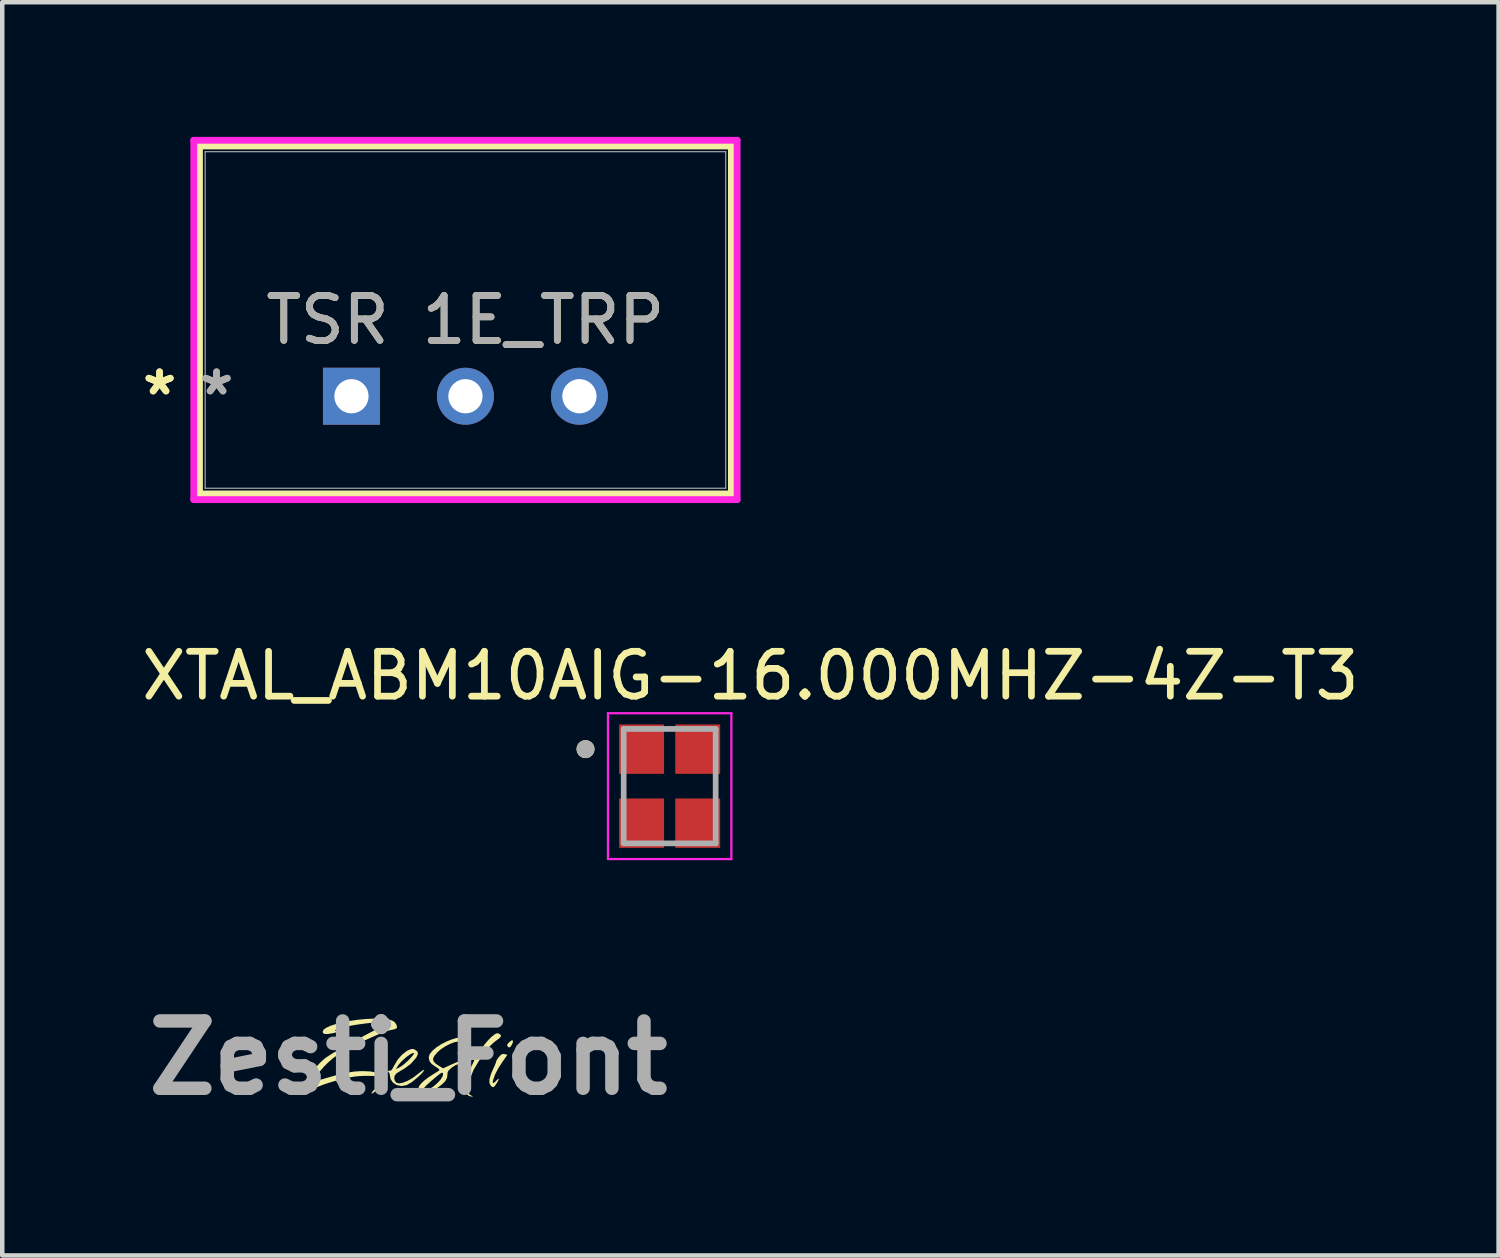
<source format=kicad_pcb>
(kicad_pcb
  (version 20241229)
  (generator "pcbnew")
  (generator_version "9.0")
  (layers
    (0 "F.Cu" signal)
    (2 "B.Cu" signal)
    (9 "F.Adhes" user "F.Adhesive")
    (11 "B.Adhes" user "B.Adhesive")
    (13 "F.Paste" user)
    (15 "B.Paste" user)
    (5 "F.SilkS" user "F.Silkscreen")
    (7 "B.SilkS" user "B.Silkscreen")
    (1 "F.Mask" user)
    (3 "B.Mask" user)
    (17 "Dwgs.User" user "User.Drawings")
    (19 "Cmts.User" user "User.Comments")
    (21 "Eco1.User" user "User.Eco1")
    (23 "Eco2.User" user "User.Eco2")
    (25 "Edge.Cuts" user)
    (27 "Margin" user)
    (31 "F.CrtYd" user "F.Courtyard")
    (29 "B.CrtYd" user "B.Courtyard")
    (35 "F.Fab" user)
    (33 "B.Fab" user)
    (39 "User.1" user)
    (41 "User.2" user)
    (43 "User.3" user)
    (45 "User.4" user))
  (footprint "XTAL_ABM10AIG-16.000MHZ-4Z-T3"
    (layer "F.Cu")
    (at 11.873 14.469)
    (property "Reference" "XTAL_ABM10AIG-16.000MHZ-4Z-T3" (at 1.8 -2.46 0) (layer "F.SilkS") (effects (font (size 1 1) (thickness 0.15))))
    (attr smd)
    (fp_circle (center -1.875 -0.825) (end -1.775 -0.825) (stroke (width 0.2) (type solid)) (fill no) (layer "F.SilkS"))
    (fp_line (start -1.375 -1.625) (end -1.375 1.625) (stroke (width 0.05) (type solid)) (layer "F.CrtYd"))
    (fp_line (start -1.375 -1.625) (end 1.375 -1.625) (stroke (width 0.05) (type solid)) (layer "F.CrtYd"))
    (fp_line (start 1.375 -1.625) (end 1.375 1.625) (stroke (width 0.05) (type solid)) (layer "F.CrtYd"))
    (fp_line (start 1.375 1.625) (end -1.375 1.625) (stroke (width 0.05) (type solid)) (layer "F.CrtYd"))
    (fp_line (start -1.025 -1.275) (end -1.025 1.275) (stroke (width 0.127) (type solid)) (layer "F.Fab"))
    (fp_line (start -1.025 -1.275) (end 1.025 -1.275) (stroke (width 0.127) (type solid)) (layer "F.Fab"))
    (fp_line (start 1.025 -1.275) (end 1.025 1.275) (stroke (width 0.127) (type solid)) (layer "F.Fab"))
    (fp_line (start 1.025 1.275) (end -1.025 1.275) (stroke (width 0.127) (type solid)) (layer "F.Fab"))
    (fp_circle (center -1.875 -0.825) (end -1.775 -0.825) (stroke (width 0.2) (type solid)) (fill no) (layer "F.Fab"))
    (pad "1" smd rect (at -0.625 -0.825) (size 1 1.1) (layers "F.Cu" "F.Mask" "F.Paste"))
    (pad "2" smd rect (at -0.625 0.825) (size 1 1.1) (layers "F.Cu" "F.Mask" "F.Paste"))
    (pad "3" smd rect (at 0.625 0.825) (size 1 1.1) (layers "F.Cu" "F.Mask" "F.Paste"))
    (pad "4" smd rect (at 0.625 -0.825) (size 1 1.1) (layers "F.Cu" "F.Mask" "F.Paste")))
  (footprint "Zesti_Font"
    (layer "F.Cu")
    (at 6.05 20.523)
    (property "Reference" "Zesti_Font" (at 0 0 0) (layer "F.Fab") (effects (font (size 1.5 1.5) (thickness 0.3))))
    (attr board_only exclude_from_pos_files exclude_from_bom)
    (fp_poly (pts (xy 2.328 -0.388) (xy 2.331 -0.353) (xy 2.308 -0.296) (xy 2.274 -0.243) (xy 2.243 -0.23) (xy 2.21 -0.257) (xy 2.209 -0.258) (xy 2.2 -0.286) (xy 2.223 -0.324) (xy 2.249 -0.35) (xy 2.3 -0.388)) (stroke (width 0) (type solid)) (fill yes) (layer "F.SilkS"))
    (fp_poly (pts (xy 2.145 -0.083) (xy 2.207 -0.067) (xy 2.107 0.075) (xy 2.005 0.23) (xy 1.934 0.367) (xy 1.892 0.483) (xy 1.88 0.544) (xy 1.888 0.565) (xy 1.92 0.547) (xy 1.956 0.512) (xy 1.998 0.471) (xy 2.016 0.467) (xy 2.008 0.497) (xy 1.973 0.559) (xy 1.968 0.566) (xy 1.926 0.629) (xy 1.894 0.654) (xy 1.864 0.646) (xy 1.832 0.615) (xy 1.805 0.556) (xy 1.809 0.47) (xy 1.844 0.353) (xy 1.889 0.25) (xy 1.923 0.176) (xy 1.947 0.115) (xy 1.956 0.082) (xy 1.969 0.049) (xy 2.003 -0.001) (xy 2.02 -0.021) (xy 2.066 -0.07) (xy 2.104 -0.087)) (stroke (width 0) (type solid)) (fill yes) (layer "F.SilkS"))
    (fp_poly (pts (xy 0.147 -0.182) (xy 0.2 -0.142) (xy 0.214 -0.094) (xy 0.19 -0.031) (xy 0.167 0.006) (xy 0.055 0.133) (xy -0.093 0.243) (xy -0.176 0.29) (xy -0.264 0.346) (xy -0.309 0.404) (xy -0.314 0.47) (xy -0.299 0.513) (xy -0.268 0.554) (xy -0.215 0.568) (xy -0.197 0.568) (xy -0.124 0.555) (xy -0.031 0.519) (xy 0.065 0.468) (xy 0.149 0.41) (xy 0.159 0.401) (xy 0.218 0.354) (xy 0.285 0.304) (xy 0.292 0.299) (xy 0.338 0.269) (xy 0.354 0.265) (xy 0.346 0.286) (xy 0.345 0.288) (xy 0.305 0.34) (xy 0.233 0.411) (xy 0.138 0.493) (xy 0.074 0.544) (xy -0.038 0.608) (xy -0.151 0.629) (xy -0.257 0.608) (xy -0.264 0.605) (xy -0.347 0.548) (xy -0.397 0.471) (xy -0.409 0.406) (xy -0.417 0.355) (xy -0.432 0.33) (xy -0.455 0.303) (xy -0.439 0.286) (xy -0.415 0.287) (xy -0.386 0.282) (xy -0.36 0.253) (xy -0.276 0.253) (xy -0.189 0.208) (xy -0.13 0.169) (xy -0.056 0.108) (xy 0.016 0.039) (xy 0.02 0.035) (xy 0.076 -0.027) (xy 0.115 -0.075) (xy 0.131 -0.102) (xy 0.131 -0.104) (xy 0.099 -0.106) (xy 0.046 -0.081) (xy -0.021 -0.036) (xy -0.093 0.024) (xy -0.162 0.09) (xy -0.218 0.156) (xy -0.249 0.202) (xy -0.276 0.253) (xy -0.36 0.253) (xy -0.355 0.246) (xy -0.319 0.177) (xy -0.243 0.048) (xy -0.148 -0.064) (xy -0.044 -0.147) (xy -0.000097 -0.171) (xy 0.063 -0.195) (xy 0.107 -0.198)) (stroke (width 0) (type solid)) (fill yes) (layer "F.SilkS"))
    (fp_poly (pts (xy -0.563 -0.868) (xy -0.448 -0.855) (xy -0.365 -0.832) (xy -0.309 -0.798) (xy -0.274 -0.752) (xy -0.251 -0.693) (xy -0.263 -0.656) (xy -0.315 -0.635) (xy -0.35 -0.629) (xy -0.432 -0.61) (xy -0.545 -0.571) (xy -0.682 -0.517) (xy -0.835 -0.451) (xy -0.997 -0.376) (xy -1.16 -0.297) (xy -1.316 -0.216) (xy -1.457 -0.138) (xy -1.577 -0.065) (xy -1.598 -0.051) (xy -1.687 0.015) (xy -1.779 0.095) (xy -1.868 0.183) (xy -1.949 0.272) (xy -2.016 0.355) (xy -2.065 0.428) (xy -2.09 0.483) (xy -2.087 0.513) (xy -2.061 0.512) (xy -2.001 0.499) (xy -1.916 0.476) (xy -1.816 0.447) (xy -1.587 0.381) (xy -1.39 0.335) (xy -1.215 0.307) (xy -1.053 0.296) (xy -1.014 0.296) (xy -0.841 0.304) (xy -0.707 0.331) (xy -0.61 0.377) (xy -0.546 0.443) (xy -0.544 0.445) (xy -0.512 0.525) (xy -0.523 0.592) (xy -0.578 0.649) (xy -0.619 0.673) (xy -0.687 0.712) (xy -0.747 0.753) (xy -0.748 0.754) (xy -0.801 0.791) (xy -0.824 0.798) (xy -0.819 0.778) (xy -0.786 0.736) (xy -0.727 0.675) (xy -0.722 0.67) (xy -0.639 0.58) (xy -0.596 0.51) (xy -0.593 0.458) (xy -0.63 0.424) (xy -0.654 0.415) (xy -0.702 0.409) (xy -0.783 0.404) (xy -0.885 0.402) (xy -0.966 0.402) (xy -1.091 0.407) (xy -1.203 0.418) (xy -1.319 0.438) (xy -1.455 0.469) (xy -1.53 0.487) (xy -1.655 0.521) (xy -1.776 0.558) (xy -1.881 0.592) (xy -1.955 0.621) (xy -1.965 0.625) (xy -2.036 0.654) (xy -2.096 0.669) (xy -2.123 0.669) (xy -2.161 0.633) (xy -2.186 0.568) (xy -2.197 0.49) (xy -2.188 0.414) (xy -2.186 0.407) (xy -2.145 0.324) (xy -2.075 0.228) (xy -1.986 0.128) (xy -1.887 0.035) (xy -1.835 -0.007) (xy -1.774 -0.047) (xy -1.681 -0.105) (xy -1.561 -0.174) (xy -1.424 -0.253) (xy -1.274 -0.336) (xy -1.121 -0.42) (xy -0.971 -0.5) (xy -0.832 -0.573) (xy -0.711 -0.635) (xy -0.615 -0.681) (xy -0.563 -0.704) (xy -0.497 -0.734) (xy -0.455 -0.76) (xy -0.445 -0.776) (xy -0.477 -0.79) (xy -0.547 -0.795) (xy -0.646 -0.793) (xy -0.767 -0.785) (xy -0.902 -0.772) (xy -1.045 -0.754) (xy -1.187 -0.733) (xy -1.321 -0.709) (xy -1.44 -0.683) (xy -1.536 -0.657) (xy -1.602 -0.631) (xy -1.603 -0.63) (xy -1.633 -0.611) (xy -1.624 -0.6) (xy -1.593 -0.592) (xy -1.574 -0.583) (xy -1.59 -0.572) (xy -1.645 -0.558) (xy -1.69 -0.548) (xy -1.794 -0.531) (xy -1.862 -0.531) (xy -1.899 -0.548) (xy -1.91 -0.584) (xy -1.91 -0.586) (xy -1.888 -0.629) (xy -1.827 -0.672) (xy -1.732 -0.715) (xy -1.609 -0.755) (xy -1.463 -0.792) (xy -1.302 -0.823) (xy -1.129 -0.848) (xy -0.952 -0.865) (xy -0.776 -0.873) (xy -0.716 -0.873)) (stroke (width 0) (type solid)) (fill yes) (layer "F.SilkS"))
    (fp_poly (pts (xy 2.018 -0.539) (xy 2.06 -0.51) (xy 2.062 -0.476) (xy 2.024 -0.433) (xy 1.968 -0.392) (xy 1.898 -0.337) (xy 1.82 -0.263) (xy 1.764 -0.202) (xy 1.662 -0.08) (xy 1.742 -0.066) (xy 1.811 -0.049) (xy 1.84 -0.033) (xy 1.828 -0.021) (xy 1.773 -0.018) (xy 1.751 -0.019) (xy 1.685 -0.022) (xy 1.643 -0.011) (xy 1.607 0.021) (xy 1.571 0.07) (xy 1.453 0.267) (xy 1.366 0.488) (xy 1.35 0.546) (xy 1.326 0.667) (xy 1.329 0.754) (xy 1.358 0.812) (xy 1.392 0.836) (xy 1.444 0.861) (xy 1.394 0.863) (xy 1.346 0.846) (xy 1.298 0.804) (xy 1.298 0.804) (xy 1.264 0.744) (xy 1.251 0.684) (xy 1.262 0.589) (xy 1.293 0.468) (xy 1.34 0.336) (xy 1.398 0.206) (xy 1.4 0.202) (xy 1.437 0.126) (xy 1.463 0.068) (xy 1.474 0.037) (xy 1.474 0.034) (xy 1.451 0.038) (xy 1.396 0.054) (xy 1.32 0.078) (xy 1.308 0.083) (xy 1.222 0.111) (xy 1.148 0.133) (xy 1.101 0.145) (xy 1.099 0.145) (xy 1.052 0.163) (xy 0.991 0.201) (xy 0.959 0.224) (xy 0.903 0.275) (xy 0.876 0.319) (xy 0.871 0.372) (xy 0.871 0.373) (xy 0.861 0.448) (xy 0.824 0.517) (xy 0.755 0.588) (xy 0.656 0.662) (xy 0.575 0.712) (xy 0.496 0.751) (xy 0.428 0.777) (xy 0.381 0.785) (xy 0.364 0.773) (xy 0.382 0.753) (xy 0.43 0.72) (xy 0.486 0.686) (xy 0.576 0.625) (xy 0.658 0.552) (xy 0.724 0.477) (xy 0.764 0.408) (xy 0.773 0.37) (xy 0.768 0.333) (xy 0.744 0.333) (xy 0.726 0.342) (xy 0.689 0.367) (xy 0.629 0.415) (xy 0.553 0.479) (xy 0.496 0.528) (xy 0.413 0.603) (xy 0.36 0.658) (xy 0.332 0.697) (xy 0.323 0.728) (xy 0.325 0.742) (xy 0.326 0.783) (xy 0.318 0.796) (xy 0.294 0.778) (xy 0.263 0.738) (xy 0.237 0.692) (xy 0.227 0.661) (xy 0.246 0.62) (xy 0.294 0.562) (xy 0.366 0.497) (xy 0.451 0.432) (xy 0.526 0.383) (xy 0.601 0.337) (xy 0.66 0.299) (xy 0.691 0.275) (xy 0.694 0.272) (xy 0.682 0.252) (xy 0.641 0.219) (xy 0.603 0.195) (xy 0.52 0.137) (xy 0.473 0.078) (xy 0.456 0.007) (xy 0.455 -0.017) (xy 0.475 -0.082) (xy 0.533 -0.155) (xy 0.621 -0.23) (xy 0.731 -0.303) (xy 0.859 -0.367) (xy 0.97 -0.411) (xy 1.05 -0.436) (xy 1.1 -0.446) (xy 1.134 -0.442) (xy 1.167 -0.426) (xy 1.172 -0.422) (xy 1.216 -0.38) (xy 1.224 -0.329) (xy 1.196 -0.26) (xy 1.189 -0.248) (xy 1.158 -0.204) (xy 1.133 -0.183) (xy 1.122 -0.189) (xy 1.135 -0.223) (xy 1.136 -0.226) (xy 1.159 -0.291) (xy 1.154 -0.34) (xy 1.122 -0.363) (xy 1.114 -0.364) (xy 1.033 -0.35) (xy 0.932 -0.312) (xy 0.825 -0.257) (xy 0.726 -0.192) (xy 0.653 -0.129) (xy 0.582 -0.047) (xy 0.55 0.018) (xy 0.559 0.074) (xy 0.606 0.127) (xy 0.665 0.168) (xy 0.774 0.234) (xy 0.95 0.153) (xy 1.059 0.106) (xy 1.187 0.057) (xy 1.309 0.014) (xy 1.328 0.008) (xy 1.53 -0.057) (xy 1.639 -0.218) (xy 1.706 -0.308) (xy 1.781 -0.396) (xy 1.85 -0.465) (xy 1.857 -0.471) (xy 1.921 -0.521) (xy 1.964 -0.545) (xy 1.998 -0.546)) (stroke (width 0) (type solid)) (fill yes) (layer "F.SilkS")))
  (footprint "TSR 1E_TRP"
    (layer "F.Cu")
    (at 4.782 5.78)
    (property "Reference" "TSR 1E_TRP" (at 2.54 -1.7 0) (unlocked yes) (layer "F.SilkS") (effects (font (size 1 1) (thickness 0.15))))
    (attr through_hole)
    (fp_line (start -3.387 -5.577) (end -3.387 2.177) (stroke (width 0.152) (type solid)) (layer "F.SilkS"))
    (fp_line (start -3.387 2.177) (end 8.467 2.177) (stroke (width 0.152) (type solid)) (layer "F.SilkS"))
    (fp_line (start 8.467 -5.577) (end -3.387 -5.577) (stroke (width 0.152) (type solid)) (layer "F.SilkS"))
    (fp_line (start 8.467 2.177) (end 8.467 -5.577) (stroke (width 0.152) (type solid)) (layer "F.SilkS"))
    (fp_line (start -3.514 -5.704) (end 8.594 -5.704) (stroke (width 0.152) (type solid)) (layer "F.CrtYd"))
    (fp_line (start -3.514 2.304) (end -3.514 -5.704) (stroke (width 0.152) (type solid)) (layer "F.CrtYd"))
    (fp_line (start 8.594 -5.704) (end 8.594 2.304) (stroke (width 0.152) (type solid)) (layer "F.CrtYd"))
    (fp_line (start 8.594 2.304) (end -3.514 2.304) (stroke (width 0.152) (type solid)) (layer "F.CrtYd"))
    (fp_line (start -3.26 -5.45) (end -3.26 2.05) (stroke (width 0.025) (type solid)) (layer "F.Fab"))
    (fp_line (start -3.26 2.05) (end 8.34 2.05) (stroke (width 0.025) (type solid)) (layer "F.Fab"))
    (fp_line (start 8.34 -5.45) (end -3.26 -5.45) (stroke (width 0.025) (type solid)) (layer "F.Fab"))
    (fp_line (start 8.34 2.05) (end 8.34 -5.45) (stroke (width 0.025) (type solid)) (layer "F.Fab"))
    (fp_text user "*" (at -4.276 0 0) (unlocked yes) (layer "F.SilkS") (effects (font (size 1 1) (thickness 0.15))))
    (fp_text user "*" (at -4.276 0 0) (layer "F.SilkS") (effects (font (size 1 1) (thickness 0.15))))
    (fp_text user "*" (at -3.006 0 0) (unlocked yes) (layer "F.Fab") (effects (font (size 1 1) (thickness 0.15))))
    (fp_text user "*" (at -3.006 0 0) (layer "F.Fab") (effects (font (size 1 1) (thickness 0.15))))
    (fp_text user "${REFERENCE}" (at 2.54 -1.7 0) (unlocked yes) (layer "F.Fab") (effects (font (size 1 1) (thickness 0.15))))
    (pad "1" thru_hole rect (at 0 0) (size 1.27 1.27) (drill 0.762) (layers "*.Cu" "*.Mask"))
    (pad "2" thru_hole circle (at 2.54 0) (size 1.27 1.27) (drill 0.762) (layers "*.Cu" "*.Mask"))
    (pad "3" thru_hole circle (at 5.08 0) (size 1.27 1.27) (drill 0.762) (layers "*.Cu" "*.Mask")))
  (gr_rect
    (start -3 -3)
    (end 30.345 24.927)
    (stroke (width 0.1) (type default))
    (fill no)
    (layer "Edge.Cuts")))
</source>
